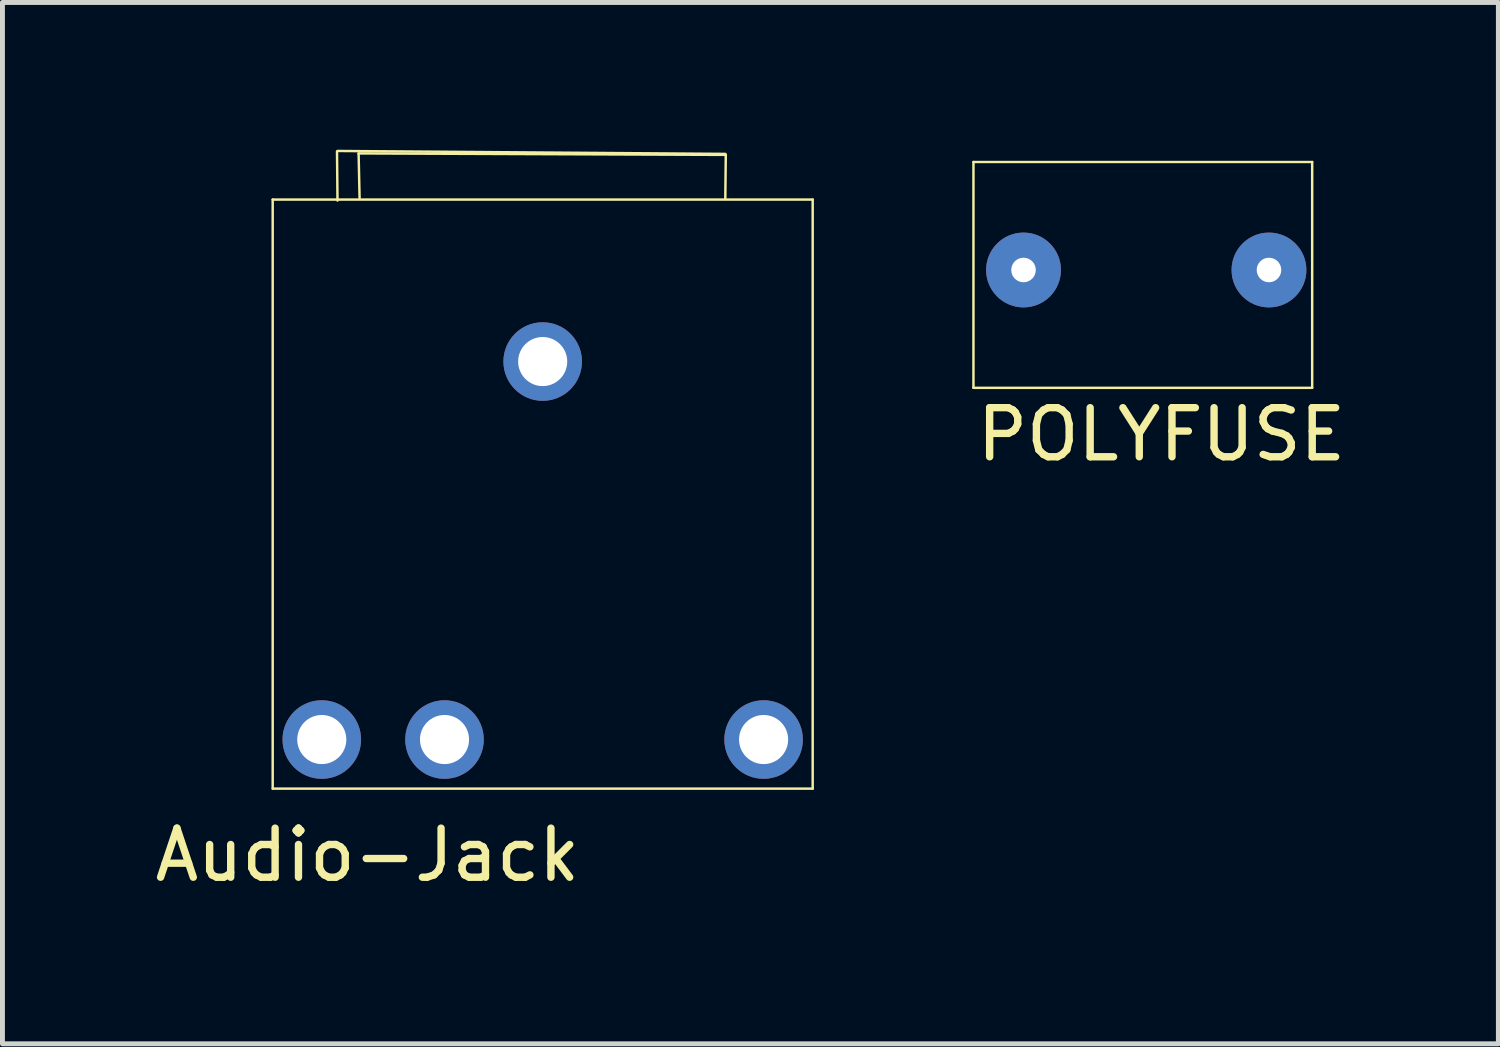
<source format=kicad_pcb>
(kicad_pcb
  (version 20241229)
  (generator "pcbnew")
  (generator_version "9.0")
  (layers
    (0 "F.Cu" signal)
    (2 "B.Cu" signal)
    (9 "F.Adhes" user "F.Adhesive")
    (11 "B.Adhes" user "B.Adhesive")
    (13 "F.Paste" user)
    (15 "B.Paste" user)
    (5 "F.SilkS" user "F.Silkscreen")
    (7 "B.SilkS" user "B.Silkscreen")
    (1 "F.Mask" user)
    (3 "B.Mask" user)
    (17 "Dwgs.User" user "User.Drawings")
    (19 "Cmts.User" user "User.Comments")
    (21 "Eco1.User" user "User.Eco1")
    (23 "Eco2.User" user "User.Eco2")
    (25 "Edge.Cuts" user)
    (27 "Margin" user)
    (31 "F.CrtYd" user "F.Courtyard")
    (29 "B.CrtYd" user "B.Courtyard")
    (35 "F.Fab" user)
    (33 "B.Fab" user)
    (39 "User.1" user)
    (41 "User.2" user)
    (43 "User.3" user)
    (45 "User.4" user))
  (footprint "POLYFUSE"
    (layer "F.Cu")
    (at 16.78 0.25)
    (property "Reference" "POLYFUSE" (at 3.83 5.55 0) (layer "F.SilkS") (effects (font (size 1 1) (thickness 0.15))))
    (attr through_hole)
    (fp_line (start 0 0) (end 6.9 0) (stroke (width 0.05) (type solid)) (layer "F.SilkS"))
    (fp_line (start 0 4.6) (end 0 0) (stroke (width 0.05) (type solid)) (layer "F.SilkS"))
    (fp_line (start 6.9 0) (end 6.9 4.6) (stroke (width 0.05) (type solid)) (layer "F.SilkS"))
    (fp_line (start 6.9 4.6) (end 0 4.6) (stroke (width 0.05) (type solid)) (layer "F.SilkS"))
    (pad "1" thru_hole circle (at 1.02 2.2) (size 1.524 1.524) (drill 0.5) (layers "*.Cu" "*.Mask"))
    (pad "2" thru_hole circle (at 6.02 2.2) (size 1.524 1.524) (drill 0.5) (layers "*.Cu" "*.Mask")))
  (footprint "Audio-Jack"
    (layer "F.Cu")
    (at 2.505 1.015)
    (property "Reference" "Audio-Jack" (at 1.93 13.35 0) (layer "F.SilkS") (effects (font (size 1 1) (thickness 0.15))))
    (attr through_hole)
    (fp_line (start 0 0) (end 11 0) (stroke (width 0.05) (type solid)) (layer "F.SilkS"))
    (fp_line (start 0 12) (end 0 0) (stroke (width 0.05) (type solid)) (layer "F.SilkS"))
    (fp_line (start 1.31 -0.98) (end 1.32 0.02) (stroke (width 0.05) (type solid)) (layer "F.SilkS"))
    (fp_line (start 1.75 -0.94) (end 9.23 -0.91) (stroke (width 0.05) (type solid)) (layer "F.SilkS"))
    (fp_line (start 1.77 -0.03) (end 1.75 -0.94) (stroke (width 0.05) (type solid)) (layer "F.SilkS"))
    (fp_line (start 9.22 -0.93) (end 1.32 -0.99) (stroke (width 0.05) (type solid)) (layer "F.SilkS"))
    (fp_line (start 9.23 -0.91) (end 9.22 -0.02) (stroke (width 0.05) (type solid)) (layer "F.SilkS"))
    (fp_line (start 11 0) (end 11 12) (stroke (width 0.05) (type solid)) (layer "F.SilkS"))
    (fp_line (start 11 12) (end 0 12) (stroke (width 0.05) (type solid)) (layer "F.SilkS"))
    (pad "1" thru_hole circle (at 5.5 3.3) (size 1.6 1.6) (drill 1) (layers "*.Cu" "*.Mask"))
    (pad "2" thru_hole circle (at 1 11) (size 1.6 1.6) (drill 1) (layers "*.Cu" "*.Mask"))
    (pad "3" thru_hole circle (at 10 11) (size 1.6 1.6) (drill 1) (layers "*.Cu" "*.Mask"))
    (pad "4" thru_hole circle (at 3.5 11) (size 1.6 1.6) (drill 1) (layers "*.Cu" "*.Mask")))
  (gr_rect
    (start -3 -3)
    (end 27.473 18.213)
    (stroke (width 0.1) (type default))
    (fill no)
    (layer "Edge.Cuts")))
</source>
